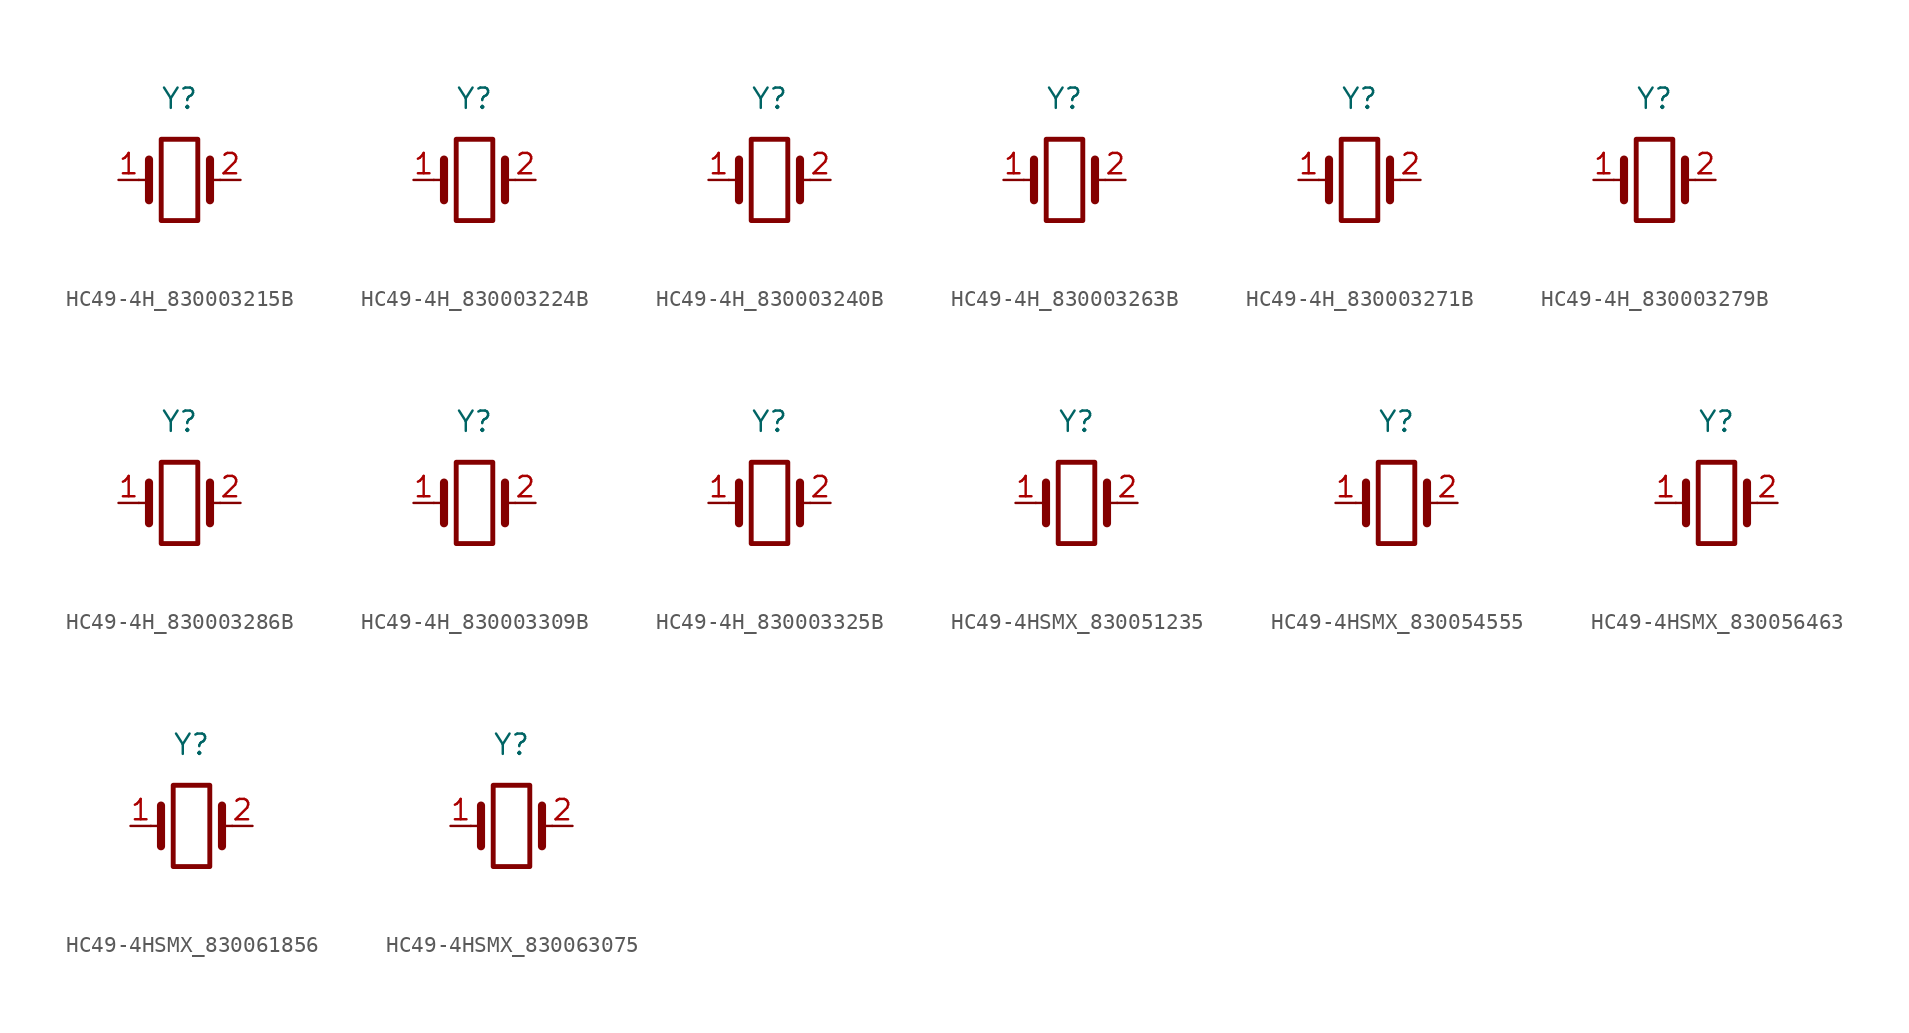
<source format=kicad_sym>
(kicad_symbol_lib
  (version 20220914)
  (generator kicad_symbol_editor)
  (symbol "HC49-4H_830003215B"
    (pin_names hide)
    (property "Reference" "Y"
      (at 0 5.08 0)
      (effects (font (size 1.27 1.27))))
    (property "Critical Parameter" ""
      (at 0 -5.08 0)
      (effects (font (size 1.27 1.27)) (justify left)))
    (symbol "HC49-4H_830003215B_0_1"
      (rectangle (start -1.143 2.54) (end 1.143 -2.54) (stroke (width 0.305) (type default)) (fill (type none)))
      (polyline (pts (xy -2.54 0) (xy -1.905 0)) (stroke (width 0) (type default)) (fill (type none)))
      (polyline (pts (xy -1.905 -1.27) (xy -1.905 1.27)) (stroke (width 0.508) (type default)) (fill (type none)))
      (polyline (pts (xy 1.905 -1.27) (xy 1.905 1.27)) (stroke (width 0.508) (type default)) (fill (type none)))
      (polyline (pts (xy 2.54 0) (xy 1.905 0)) (stroke (width 0) (type default)) (fill (type none))))
    (symbol "HC49-4H_830003215B_1_1"
      (pin passive line (at -3.81 0 0) (length 1.27) (name "1" (effects (font (size 1.27 1.27)))) (number "1" (effects (font (size 1.27 1.27)))))
      (pin passive line (at 3.81 0 180) (length 1.27) (name "2" (effects (font (size 1.27 1.27)))) (number "2" (effects (font (size 1.27 1.27)))))))
  (symbol "HC49-4H_830003224B"
    (pin_names hide)
    (property "Reference" "Y"
      (at 0 5.08 0)
      (effects (font (size 1.27 1.27))))
    (property "Critical Parameter" ""
      (at 0 -5.08 0)
      (effects (font (size 1.27 1.27)) (justify left)))
    (symbol "HC49-4H_830003224B_0_1"
      (rectangle (start -1.143 2.54) (end 1.143 -2.54) (stroke (width 0.305) (type default)) (fill (type none)))
      (polyline (pts (xy -2.54 0) (xy -1.905 0)) (stroke (width 0) (type default)) (fill (type none)))
      (polyline (pts (xy -1.905 -1.27) (xy -1.905 1.27)) (stroke (width 0.508) (type default)) (fill (type none)))
      (polyline (pts (xy 1.905 -1.27) (xy 1.905 1.27)) (stroke (width 0.508) (type default)) (fill (type none)))
      (polyline (pts (xy 2.54 0) (xy 1.905 0)) (stroke (width 0) (type default)) (fill (type none))))
    (symbol "HC49-4H_830003224B_1_1"
      (pin passive line (at -3.81 0 0) (length 1.27) (name "1" (effects (font (size 1.27 1.27)))) (number "1" (effects (font (size 1.27 1.27)))))
      (pin passive line (at 3.81 0 180) (length 1.27) (name "2" (effects (font (size 1.27 1.27)))) (number "2" (effects (font (size 1.27 1.27)))))))
  (symbol "HC49-4H_830003240B"
    (pin_names hide)
    (property "Reference" "Y"
      (at 0 5.08 0)
      (effects (font (size 1.27 1.27))))
    (property "Critical Parameter" ""
      (at 0 -5.08 0)
      (effects (font (size 1.27 1.27)) (justify left)))
    (symbol "HC49-4H_830003240B_0_1"
      (rectangle (start -1.143 2.54) (end 1.143 -2.54) (stroke (width 0.305) (type default)) (fill (type none)))
      (polyline (pts (xy -2.54 0) (xy -1.905 0)) (stroke (width 0) (type default)) (fill (type none)))
      (polyline (pts (xy -1.905 -1.27) (xy -1.905 1.27)) (stroke (width 0.508) (type default)) (fill (type none)))
      (polyline (pts (xy 1.905 -1.27) (xy 1.905 1.27)) (stroke (width 0.508) (type default)) (fill (type none)))
      (polyline (pts (xy 2.54 0) (xy 1.905 0)) (stroke (width 0) (type default)) (fill (type none))))
    (symbol "HC49-4H_830003240B_1_1"
      (pin passive line (at -3.81 0 0) (length 1.27) (name "1" (effects (font (size 1.27 1.27)))) (number "1" (effects (font (size 1.27 1.27)))))
      (pin passive line (at 3.81 0 180) (length 1.27) (name "2" (effects (font (size 1.27 1.27)))) (number "2" (effects (font (size 1.27 1.27)))))))
  (symbol "HC49-4H_830003263B"
    (pin_names hide)
    (property "Reference" "Y"
      (at 0 5.08 0)
      (effects (font (size 1.27 1.27))))
    (property "Critical Parameter" ""
      (at 0 -5.08 0)
      (effects (font (size 1.27 1.27)) (justify left)))
    (symbol "HC49-4H_830003263B_0_1"
      (rectangle (start -1.143 2.54) (end 1.143 -2.54) (stroke (width 0.305) (type default)) (fill (type none)))
      (polyline (pts (xy -2.54 0) (xy -1.905 0)) (stroke (width 0) (type default)) (fill (type none)))
      (polyline (pts (xy -1.905 -1.27) (xy -1.905 1.27)) (stroke (width 0.508) (type default)) (fill (type none)))
      (polyline (pts (xy 1.905 -1.27) (xy 1.905 1.27)) (stroke (width 0.508) (type default)) (fill (type none)))
      (polyline (pts (xy 2.54 0) (xy 1.905 0)) (stroke (width 0) (type default)) (fill (type none))))
    (symbol "HC49-4H_830003263B_1_1"
      (pin passive line (at -3.81 0 0) (length 1.27) (name "1" (effects (font (size 1.27 1.27)))) (number "1" (effects (font (size 1.27 1.27)))))
      (pin passive line (at 3.81 0 180) (length 1.27) (name "2" (effects (font (size 1.27 1.27)))) (number "2" (effects (font (size 1.27 1.27)))))))
  (symbol "HC49-4H_830003271B"
    (pin_names hide)
    (property "Reference" "Y"
      (at 0 5.08 0)
      (effects (font (size 1.27 1.27))))
    (property "Critical Parameter" ""
      (at 0 -5.08 0)
      (effects (font (size 1.27 1.27)) (justify left)))
    (symbol "HC49-4H_830003271B_0_1"
      (rectangle (start -1.143 2.54) (end 1.143 -2.54) (stroke (width 0.305) (type default)) (fill (type none)))
      (polyline (pts (xy -2.54 0) (xy -1.905 0)) (stroke (width 0) (type default)) (fill (type none)))
      (polyline (pts (xy -1.905 -1.27) (xy -1.905 1.27)) (stroke (width 0.508) (type default)) (fill (type none)))
      (polyline (pts (xy 1.905 -1.27) (xy 1.905 1.27)) (stroke (width 0.508) (type default)) (fill (type none)))
      (polyline (pts (xy 2.54 0) (xy 1.905 0)) (stroke (width 0) (type default)) (fill (type none))))
    (symbol "HC49-4H_830003271B_1_1"
      (pin passive line (at -3.81 0 0) (length 1.27) (name "1" (effects (font (size 1.27 1.27)))) (number "1" (effects (font (size 1.27 1.27)))))
      (pin passive line (at 3.81 0 180) (length 1.27) (name "2" (effects (font (size 1.27 1.27)))) (number "2" (effects (font (size 1.27 1.27)))))))
  (symbol "HC49-4H_830003279B"
    (pin_names hide)
    (property "Reference" "Y"
      (at 0 5.08 0)
      (effects (font (size 1.27 1.27))))
    (property "Critical Parameter" ""
      (at 0 -5.08 0)
      (effects (font (size 1.27 1.27)) (justify left)))
    (symbol "HC49-4H_830003279B_0_1"
      (rectangle (start -1.143 2.54) (end 1.143 -2.54) (stroke (width 0.305) (type default)) (fill (type none)))
      (polyline (pts (xy -2.54 0) (xy -1.905 0)) (stroke (width 0) (type default)) (fill (type none)))
      (polyline (pts (xy -1.905 -1.27) (xy -1.905 1.27)) (stroke (width 0.508) (type default)) (fill (type none)))
      (polyline (pts (xy 1.905 -1.27) (xy 1.905 1.27)) (stroke (width 0.508) (type default)) (fill (type none)))
      (polyline (pts (xy 2.54 0) (xy 1.905 0)) (stroke (width 0) (type default)) (fill (type none))))
    (symbol "HC49-4H_830003279B_1_1"
      (pin passive line (at -3.81 0 0) (length 1.27) (name "1" (effects (font (size 1.27 1.27)))) (number "1" (effects (font (size 1.27 1.27)))))
      (pin passive line (at 3.81 0 180) (length 1.27) (name "2" (effects (font (size 1.27 1.27)))) (number "2" (effects (font (size 1.27 1.27)))))))
  (symbol "HC49-4H_830003286B"
    (pin_names hide)
    (property "Reference" "Y"
      (at 0 5.08 0)
      (effects (font (size 1.27 1.27))))
    (property "Critical Parameter" ""
      (at 0 -5.08 0)
      (effects (font (size 1.27 1.27)) (justify left)))
    (symbol "HC49-4H_830003286B_0_1"
      (rectangle (start -1.143 2.54) (end 1.143 -2.54) (stroke (width 0.305) (type default)) (fill (type none)))
      (polyline (pts (xy -2.54 0) (xy -1.905 0)) (stroke (width 0) (type default)) (fill (type none)))
      (polyline (pts (xy -1.905 -1.27) (xy -1.905 1.27)) (stroke (width 0.508) (type default)) (fill (type none)))
      (polyline (pts (xy 1.905 -1.27) (xy 1.905 1.27)) (stroke (width 0.508) (type default)) (fill (type none)))
      (polyline (pts (xy 2.54 0) (xy 1.905 0)) (stroke (width 0) (type default)) (fill (type none))))
    (symbol "HC49-4H_830003286B_1_1"
      (pin passive line (at -3.81 0 0) (length 1.27) (name "1" (effects (font (size 1.27 1.27)))) (number "1" (effects (font (size 1.27 1.27)))))
      (pin passive line (at 3.81 0 180) (length 1.27) (name "2" (effects (font (size 1.27 1.27)))) (number "2" (effects (font (size 1.27 1.27)))))))
  (symbol "HC49-4H_830003309B"
    (pin_names hide)
    (property "Reference" "Y"
      (at 0 5.08 0)
      (effects (font (size 1.27 1.27))))
    (property "Critical Parameter" ""
      (at 0 -5.08 0)
      (effects (font (size 1.27 1.27)) (justify left)))
    (symbol "HC49-4H_830003309B_0_1"
      (rectangle (start -1.143 2.54) (end 1.143 -2.54) (stroke (width 0.305) (type default)) (fill (type none)))
      (polyline (pts (xy -2.54 0) (xy -1.905 0)) (stroke (width 0) (type default)) (fill (type none)))
      (polyline (pts (xy -1.905 -1.27) (xy -1.905 1.27)) (stroke (width 0.508) (type default)) (fill (type none)))
      (polyline (pts (xy 1.905 -1.27) (xy 1.905 1.27)) (stroke (width 0.508) (type default)) (fill (type none)))
      (polyline (pts (xy 2.54 0) (xy 1.905 0)) (stroke (width 0) (type default)) (fill (type none))))
    (symbol "HC49-4H_830003309B_1_1"
      (pin passive line (at -3.81 0 0) (length 1.27) (name "1" (effects (font (size 1.27 1.27)))) (number "1" (effects (font (size 1.27 1.27)))))
      (pin passive line (at 3.81 0 180) (length 1.27) (name "2" (effects (font (size 1.27 1.27)))) (number "2" (effects (font (size 1.27 1.27)))))))
  (symbol "HC49-4H_830003325B"
    (pin_names hide)
    (property "Reference" "Y"
      (at 0 5.08 0)
      (effects (font (size 1.27 1.27))))
    (property "Critical Parameter" ""
      (at 0 -5.08 0)
      (effects (font (size 1.27 1.27)) (justify left)))
    (symbol "HC49-4H_830003325B_0_1"
      (rectangle (start -1.143 2.54) (end 1.143 -2.54) (stroke (width 0.305) (type default)) (fill (type none)))
      (polyline (pts (xy -2.54 0) (xy -1.905 0)) (stroke (width 0) (type default)) (fill (type none)))
      (polyline (pts (xy -1.905 -1.27) (xy -1.905 1.27)) (stroke (width 0.508) (type default)) (fill (type none)))
      (polyline (pts (xy 1.905 -1.27) (xy 1.905 1.27)) (stroke (width 0.508) (type default)) (fill (type none)))
      (polyline (pts (xy 2.54 0) (xy 1.905 0)) (stroke (width 0) (type default)) (fill (type none))))
    (symbol "HC49-4H_830003325B_1_1"
      (pin passive line (at -3.81 0 0) (length 1.27) (name "1" (effects (font (size 1.27 1.27)))) (number "1" (effects (font (size 1.27 1.27)))))
      (pin passive line (at 3.81 0 180) (length 1.27) (name "2" (effects (font (size 1.27 1.27)))) (number "2" (effects (font (size 1.27 1.27)))))))
  (symbol "HC49-4HSMX_830051235"
    (pin_names hide)
    (property "Reference" "Y"
      (at 0 5.08 0)
      (effects (font (size 1.27 1.27))))
    (property "Critical Parameter" ""
      (at 0 -5.08 0)
      (effects (font (size 1.27 1.27)) (justify left)))
    (symbol "HC49-4HSMX_830051235_0_1"
      (rectangle (start -1.143 2.54) (end 1.143 -2.54) (stroke (width 0.305) (type default)) (fill (type none)))
      (polyline (pts (xy -2.54 0) (xy -1.905 0)) (stroke (width 0) (type default)) (fill (type none)))
      (polyline (pts (xy -1.905 -1.27) (xy -1.905 1.27)) (stroke (width 0.508) (type default)) (fill (type none)))
      (polyline (pts (xy 1.905 -1.27) (xy 1.905 1.27)) (stroke (width 0.508) (type default)) (fill (type none)))
      (polyline (pts (xy 2.54 0) (xy 1.905 0)) (stroke (width 0) (type default)) (fill (type none))))
    (symbol "HC49-4HSMX_830051235_1_1"
      (pin passive line (at -3.81 0 0) (length 1.27) (name "1" (effects (font (size 1.27 1.27)))) (number "1" (effects (font (size 1.27 1.27)))))
      (pin passive line (at 3.81 0 180) (length 1.27) (name "2" (effects (font (size 1.27 1.27)))) (number "2" (effects (font (size 1.27 1.27)))))))
  (symbol "HC49-4HSMX_830054555"
    (pin_names hide)
    (property "Reference" "Y"
      (at 0 5.08 0)
      (effects (font (size 1.27 1.27))))
    (property "Critical Parameter" ""
      (at 0 -5.08 0)
      (effects (font (size 1.27 1.27)) (justify left)))
    (symbol "HC49-4HSMX_830054555_0_1"
      (rectangle (start -1.143 2.54) (end 1.143 -2.54) (stroke (width 0.305) (type default)) (fill (type none)))
      (polyline (pts (xy -2.54 0) (xy -1.905 0)) (stroke (width 0) (type default)) (fill (type none)))
      (polyline (pts (xy -1.905 -1.27) (xy -1.905 1.27)) (stroke (width 0.508) (type default)) (fill (type none)))
      (polyline (pts (xy 1.905 -1.27) (xy 1.905 1.27)) (stroke (width 0.508) (type default)) (fill (type none)))
      (polyline (pts (xy 2.54 0) (xy 1.905 0)) (stroke (width 0) (type default)) (fill (type none))))
    (symbol "HC49-4HSMX_830054555_1_1"
      (pin passive line (at -3.81 0 0) (length 1.27) (name "1" (effects (font (size 1.27 1.27)))) (number "1" (effects (font (size 1.27 1.27)))))
      (pin passive line (at 3.81 0 180) (length 1.27) (name "2" (effects (font (size 1.27 1.27)))) (number "2" (effects (font (size 1.27 1.27)))))))
  (symbol "HC49-4HSMX_830056463"
    (pin_names hide)
    (property "Reference" "Y"
      (at 0 5.08 0)
      (effects (font (size 1.27 1.27))))
    (property "Critical Parameter" ""
      (at 0 -5.08 0)
      (effects (font (size 1.27 1.27)) (justify left)))
    (symbol "HC49-4HSMX_830056463_0_1"
      (rectangle (start -1.143 2.54) (end 1.143 -2.54) (stroke (width 0.305) (type default)) (fill (type none)))
      (polyline (pts (xy -2.54 0) (xy -1.905 0)) (stroke (width 0) (type default)) (fill (type none)))
      (polyline (pts (xy -1.905 -1.27) (xy -1.905 1.27)) (stroke (width 0.508) (type default)) (fill (type none)))
      (polyline (pts (xy 1.905 -1.27) (xy 1.905 1.27)) (stroke (width 0.508) (type default)) (fill (type none)))
      (polyline (pts (xy 2.54 0) (xy 1.905 0)) (stroke (width 0) (type default)) (fill (type none))))
    (symbol "HC49-4HSMX_830056463_1_1"
      (pin passive line (at -3.81 0 0) (length 1.27) (name "1" (effects (font (size 1.27 1.27)))) (number "1" (effects (font (size 1.27 1.27)))))
      (pin passive line (at 3.81 0 180) (length 1.27) (name "2" (effects (font (size 1.27 1.27)))) (number "2" (effects (font (size 1.27 1.27)))))))
  (symbol "HC49-4HSMX_830061856"
    (pin_names hide)
    (property "Reference" "Y"
      (at 0 5.08 0)
      (effects (font (size 1.27 1.27))))
    (property "Critical Parameter" ""
      (at 0 -5.08 0)
      (effects (font (size 1.27 1.27)) (justify left)))
    (symbol "HC49-4HSMX_830061856_0_1"
      (rectangle (start -1.143 2.54) (end 1.143 -2.54) (stroke (width 0.305) (type default)) (fill (type none)))
      (polyline (pts (xy -2.54 0) (xy -1.905 0)) (stroke (width 0) (type default)) (fill (type none)))
      (polyline (pts (xy -1.905 -1.27) (xy -1.905 1.27)) (stroke (width 0.508) (type default)) (fill (type none)))
      (polyline (pts (xy 1.905 -1.27) (xy 1.905 1.27)) (stroke (width 0.508) (type default)) (fill (type none)))
      (polyline (pts (xy 2.54 0) (xy 1.905 0)) (stroke (width 0) (type default)) (fill (type none))))
    (symbol "HC49-4HSMX_830061856_1_1"
      (pin passive line (at -3.81 0 0) (length 1.27) (name "1" (effects (font (size 1.27 1.27)))) (number "1" (effects (font (size 1.27 1.27)))))
      (pin passive line (at 3.81 0 180) (length 1.27) (name "2" (effects (font (size 1.27 1.27)))) (number "2" (effects (font (size 1.27 1.27)))))))
  (symbol "HC49-4HSMX_830063075"
    (pin_names hide)
    (property "Reference" "Y"
      (at 0 5.08 0)
      (effects (font (size 1.27 1.27))))
    (property "Critical Parameter" ""
      (at 0 -5.08 0)
      (effects (font (size 1.27 1.27)) (justify left)))
    (symbol "HC49-4HSMX_830063075_0_1"
      (rectangle (start -1.143 2.54) (end 1.143 -2.54) (stroke (width 0.305) (type default)) (fill (type none)))
      (polyline (pts (xy -2.54 0) (xy -1.905 0)) (stroke (width 0) (type default)) (fill (type none)))
      (polyline (pts (xy -1.905 -1.27) (xy -1.905 1.27)) (stroke (width 0.508) (type default)) (fill (type none)))
      (polyline (pts (xy 1.905 -1.27) (xy 1.905 1.27)) (stroke (width 0.508) (type default)) (fill (type none)))
      (polyline (pts (xy 2.54 0) (xy 1.905 0)) (stroke (width 0) (type default)) (fill (type none))))
    (symbol "HC49-4HSMX_830063075_1_1"
      (pin passive line (at -3.81 0 0) (length 1.27) (name "1" (effects (font (size 1.27 1.27)))) (number "1" (effects (font (size 1.27 1.27)))))
      (pin passive line (at 3.81 0 180) (length 1.27) (name "2" (effects (font (size 1.27 1.27)))) (number "2" (effects (font (size 1.27 1.27))))))))
</source>
